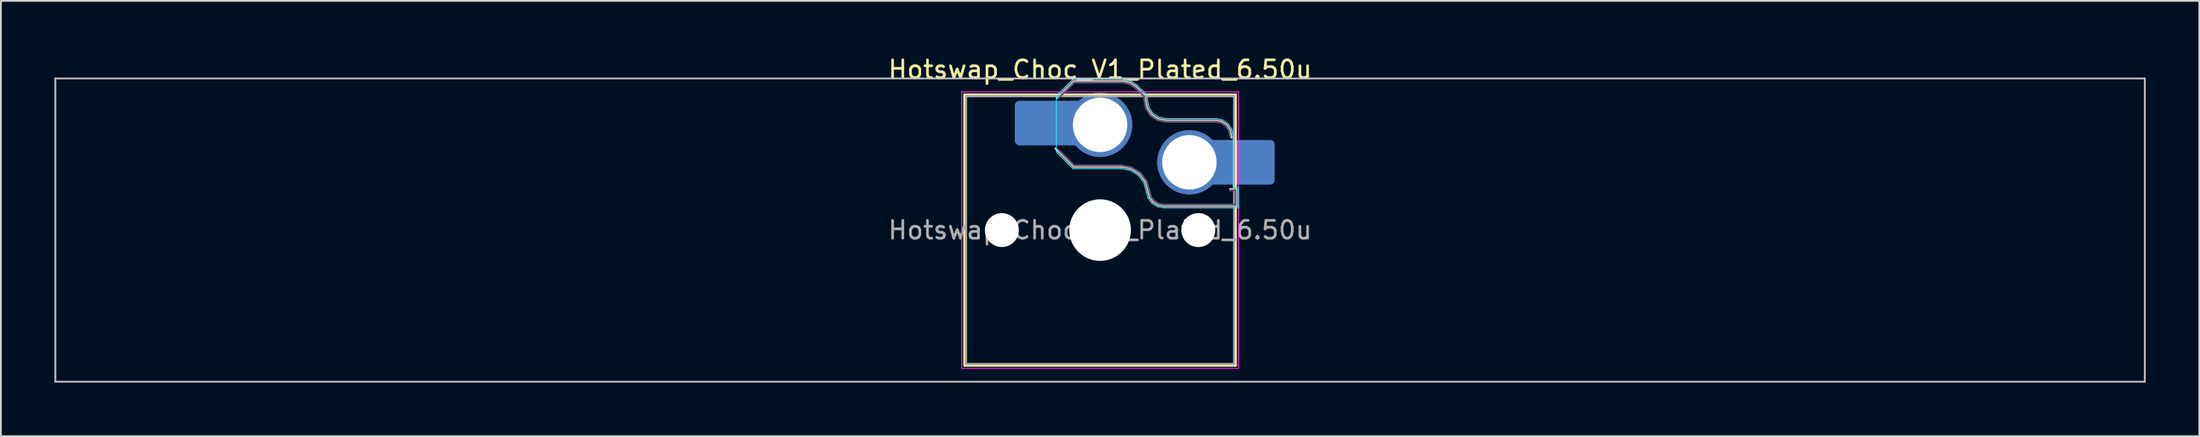
<source format=kicad_pcb>
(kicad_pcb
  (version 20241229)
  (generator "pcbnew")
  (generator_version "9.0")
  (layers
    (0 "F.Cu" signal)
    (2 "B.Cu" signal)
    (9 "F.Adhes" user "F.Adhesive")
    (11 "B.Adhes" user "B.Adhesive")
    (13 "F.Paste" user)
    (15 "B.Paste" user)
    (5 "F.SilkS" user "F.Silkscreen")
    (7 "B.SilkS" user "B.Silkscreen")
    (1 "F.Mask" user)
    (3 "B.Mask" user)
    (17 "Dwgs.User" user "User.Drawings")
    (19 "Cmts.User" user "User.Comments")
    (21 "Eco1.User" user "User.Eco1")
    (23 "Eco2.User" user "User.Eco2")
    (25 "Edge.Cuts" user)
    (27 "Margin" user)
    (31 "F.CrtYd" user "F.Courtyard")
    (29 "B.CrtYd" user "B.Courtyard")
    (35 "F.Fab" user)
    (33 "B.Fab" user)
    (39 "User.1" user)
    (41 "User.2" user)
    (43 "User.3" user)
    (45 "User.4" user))
  (footprint "Hotswap_Choc_V1_Plated_6.50u"
    (layer "F.Cu")
    (at 58.55 9.848)
    (property "Reference" "Hotswap_Choc_V1_Plated_6.50u" (at 0 -9 0) (layer "F.SilkS") (effects (font (size 1 1) (thickness 0.15))))
    (attr smd allow_soldermask_bridges)
    (fp_line (start -7.6 -7.6) (end -7.6 7.6) (stroke (width 0.12) (type solid)) (layer "F.SilkS"))
    (fp_line (start -7.6 7.6) (end 7.6 7.6) (stroke (width 0.12) (type solid)) (layer "F.SilkS"))
    (fp_line (start 7.6 -7.6) (end -7.6 -7.6) (stroke (width 0.12) (type solid)) (layer "F.SilkS"))
    (fp_line (start 7.6 7.6) (end 7.6 -7.6) (stroke (width 0.12) (type solid)) (layer "F.SilkS"))
    (fp_line (start -2.416 -7.409) (end -1.479 -8.346) (stroke (width 0.12) (type solid)) (layer "B.SilkS"))
    (fp_line (start -1.479 -8.346) (end 1.268 -8.346) (stroke (width 0.12) (type solid)) (layer "B.SilkS"))
    (fp_line (start -1.479 -3.554) (end -2.5 -4.575) (stroke (width 0.12) (type solid)) (layer "B.SilkS"))
    (fp_line (start 1.168 -3.554) (end -1.479 -3.554) (stroke (width 0.12) (type solid)) (layer "B.SilkS"))
    (fp_line (start 1.268 -8.346) (end 1.671 -8.266) (stroke (width 0.12) (type solid)) (layer "B.SilkS"))
    (fp_line (start 1.671 -8.266) (end 2.013 -8.037) (stroke (width 0.12) (type solid)) (layer "B.SilkS"))
    (fp_line (start 1.73 -3.449) (end 1.168 -3.554) (stroke (width 0.12) (type solid)) (layer "B.SilkS"))
    (fp_line (start 2.013 -8.037) (end 2.546 -7.504) (stroke (width 0.12) (type solid)) (layer "B.SilkS"))
    (fp_line (start 2.209 -3.15) (end 1.73 -3.449) (stroke (width 0.12) (type solid)) (layer "B.SilkS"))
    (fp_line (start 2.546 -7.504) (end 2.546 -7.282) (stroke (width 0.12) (type solid)) (layer "B.SilkS"))
    (fp_line (start 2.546 -7.282) (end 2.633 -6.844) (stroke (width 0.12) (type solid)) (layer "B.SilkS"))
    (fp_line (start 2.547 -2.697) (end 2.209 -3.15) (stroke (width 0.12) (type solid)) (layer "B.SilkS"))
    (fp_line (start 2.633 -6.844) (end 2.877 -6.477) (stroke (width 0.12) (type solid)) (layer "B.SilkS"))
    (fp_line (start 2.701 -2.139) (end 2.547 -2.697) (stroke (width 0.12) (type solid)) (layer "B.SilkS"))
    (fp_line (start 2.783 -1.841) (end 2.701 -2.139) (stroke (width 0.12) (type solid)) (layer "B.SilkS"))
    (fp_line (start 2.877 -6.477) (end 3.244 -6.233) (stroke (width 0.12) (type solid)) (layer "B.SilkS"))
    (fp_line (start 2.976 -1.583) (end 2.783 -1.841) (stroke (width 0.12) (type solid)) (layer "B.SilkS"))
    (fp_line (start 3.244 -6.233) (end 3.682 -6.146) (stroke (width 0.12) (type solid)) (layer "B.SilkS"))
    (fp_line (start 3.25 -1.413) (end 2.976 -1.583) (stroke (width 0.12) (type solid)) (layer "B.SilkS"))
    (fp_line (start 3.56 -1.354) (end 3.25 -1.413) (stroke (width 0.12) (type solid)) (layer "B.SilkS"))
    (fp_line (start 3.682 -6.146) (end 6.482 -6.146) (stroke (width 0.12) (type solid)) (layer "B.SilkS"))
    (fp_line (start 6.482 -6.146) (end 6.809 -6.081) (stroke (width 0.12) (type solid)) (layer "B.SilkS"))
    (fp_line (start 6.809 -6.081) (end 7.092 -5.892) (stroke (width 0.12) (type solid)) (layer "B.SilkS"))
    (fp_line (start 7.092 -5.892) (end 7.281 -5.609) (stroke (width 0.12) (type solid)) (layer "B.SilkS"))
    (fp_line (start 7.281 -5.609) (end 7.366 -5.182) (stroke (width 0.12) (type solid)) (layer "B.SilkS"))
    (fp_line (start 7.283 -2.296) (end 7.646 -2.296) (stroke (width 0.12) (type solid)) (layer "B.SilkS"))
    (fp_line (start 7.646 -2.296) (end 7.646 -1.354) (stroke (width 0.12) (type solid)) (layer "B.SilkS"))
    (fp_line (start 7.646 -1.354) (end 3.56 -1.354) (stroke (width 0.12) (type solid)) (layer "B.SilkS"))
    (fp_line (start -58.5 -8.5) (end -58.5 8.5) (stroke (width 0.1) (type solid)) (layer "Dwgs.User"))
    (fp_line (start -58.5 8.5) (end 58.5 8.5) (stroke (width 0.1) (type solid)) (layer "Dwgs.User"))
    (fp_line (start 58.5 -8.5) (end -58.5 -8.5) (stroke (width 0.1) (type solid)) (layer "Dwgs.User"))
    (fp_line (start 58.5 8.5) (end 58.5 -8.5) (stroke (width 0.1) (type solid)) (layer "Dwgs.User"))
    (fp_line (start -7.25 -7.25) (end -7.25 7.25) (stroke (width 0.1) (type solid)) (layer "Eco1.User"))
    (fp_line (start -7.25 7.25) (end 7.25 7.25) (stroke (width 0.1) (type solid)) (layer "Eco1.User"))
    (fp_line (start 7.25 -7.25) (end -7.25 -7.25) (stroke (width 0.1) (type solid)) (layer "Eco1.User"))
    (fp_line (start 7.25 7.25) (end 7.25 -7.25) (stroke (width 0.1) (type solid)) (layer "Eco1.User"))
    (fp_line (start -2.452 -7.523) (end -1.523 -8.452) (stroke (width 0.05) (type solid)) (layer "B.CrtYd"))
    (fp_line (start -2.452 -4.377) (end -2.452 -7.523) (stroke (width 0.05) (type solid)) (layer "B.CrtYd"))
    (fp_line (start -1.523 -8.452) (end 1.278 -8.452) (stroke (width 0.05) (type solid)) (layer "B.CrtYd"))
    (fp_line (start -1.523 -3.448) (end -2.452 -4.377) (stroke (width 0.05) (type solid)) (layer "B.CrtYd"))
    (fp_line (start 1.159 -3.448) (end -1.523 -3.448) (stroke (width 0.05) (type solid)) (layer "B.CrtYd"))
    (fp_line (start 1.278 -8.452) (end 1.712 -8.366) (stroke (width 0.05) (type solid)) (layer "B.CrtYd"))
    (fp_line (start 1.691 -3.348) (end 1.159 -3.448) (stroke (width 0.05) (type solid)) (layer "B.CrtYd"))
    (fp_line (start 1.712 -8.366) (end 2.081 -8.119) (stroke (width 0.05) (type solid)) (layer "B.CrtYd"))
    (fp_line (start 2.081 -8.119) (end 2.652 -7.548) (stroke (width 0.05) (type solid)) (layer "B.CrtYd"))
    (fp_line (start 2.136 -3.071) (end 1.691 -3.348) (stroke (width 0.05) (type solid)) (layer "B.CrtYd"))
    (fp_line (start 2.45 -2.65) (end 2.136 -3.071) (stroke (width 0.05) (type solid)) (layer "B.CrtYd"))
    (fp_line (start 2.599 -2.111) (end 2.45 -2.65) (stroke (width 0.05) (type solid)) (layer "B.CrtYd"))
    (fp_line (start 2.652 -7.548) (end 2.652 -7.292) (stroke (width 0.05) (type solid)) (layer "B.CrtYd"))
    (fp_line (start 2.652 -7.292) (end 2.733 -6.885) (stroke (width 0.05) (type solid)) (layer "B.CrtYd"))
    (fp_line (start 2.687 -1.794) (end 2.599 -2.111) (stroke (width 0.05) (type solid)) (layer "B.CrtYd"))
    (fp_line (start 2.733 -6.885) (end 2.953 -6.553) (stroke (width 0.05) (type solid)) (layer "B.CrtYd"))
    (fp_line (start 2.903 -1.503) (end 2.687 -1.794) (stroke (width 0.05) (type solid)) (layer "B.CrtYd"))
    (fp_line (start 2.953 -6.553) (end 3.285 -6.333) (stroke (width 0.05) (type solid)) (layer "B.CrtYd"))
    (fp_line (start 3.211 -1.312) (end 2.903 -1.503) (stroke (width 0.05) (type solid)) (layer "B.CrtYd"))
    (fp_line (start 3.285 -6.333) (end 3.692 -6.252) (stroke (width 0.05) (type solid)) (layer "B.CrtYd"))
    (fp_line (start 3.55 -1.248) (end 3.211 -1.312) (stroke (width 0.05) (type solid)) (layer "B.CrtYd"))
    (fp_line (start 3.692 -6.252) (end 6.492 -6.252) (stroke (width 0.05) (type solid)) (layer "B.CrtYd"))
    (fp_line (start 6.492 -6.252) (end 6.85 -6.181) (stroke (width 0.05) (type solid)) (layer "B.CrtYd"))
    (fp_line (start 6.85 -6.181) (end 7.168 -5.968) (stroke (width 0.05) (type solid)) (layer "B.CrtYd"))
    (fp_line (start 7.168 -5.968) (end 7.381 -5.65) (stroke (width 0.05) (type solid)) (layer "B.CrtYd"))
    (fp_line (start 7.381 -5.65) (end 7.452 -5.292) (stroke (width 0.05) (type solid)) (layer "B.CrtYd"))
    (fp_line (start 7.452 -5.292) (end 7.452 -2.402) (stroke (width 0.05) (type solid)) (layer "B.CrtYd"))
    (fp_line (start 7.452 -2.402) (end 7.752 -2.402) (stroke (width 0.05) (type solid)) (layer "B.CrtYd"))
    (fp_line (start 7.752 -2.402) (end 7.752 -1.248) (stroke (width 0.05) (type solid)) (layer "B.CrtYd"))
    (fp_line (start 7.752 -1.248) (end 3.55 -1.248) (stroke (width 0.05) (type solid)) (layer "B.CrtYd"))
    (fp_line (start -7.75 -7.75) (end -7.75 7.75) (stroke (width 0.05) (type solid)) (layer "F.CrtYd"))
    (fp_line (start -7.75 7.75) (end 7.75 7.75) (stroke (width 0.05) (type solid)) (layer "F.CrtYd"))
    (fp_line (start 7.75 -7.75) (end -7.75 -7.75) (stroke (width 0.05) (type solid)) (layer "F.CrtYd"))
    (fp_line (start 7.75 7.75) (end 7.75 -7.75) (stroke (width 0.05) (type solid)) (layer "F.CrtYd"))
    (fp_line (start -2.275 -7.45) (end -1.45 -8.275) (stroke (width 0.1) (type solid)) (layer "B.Fab"))
    (fp_line (start -1.45 -8.275) (end 1.261 -8.275) (stroke (width 0.1) (type solid)) (layer "B.Fab"))
    (fp_line (start -1.45 -3.625) (end -2.275 -4.45) (stroke (width 0.1) (type solid)) (layer "B.Fab"))
    (fp_line (start 1.175 -3.625) (end -1.45 -3.625) (stroke (width 0.1) (type solid)) (layer "B.Fab"))
    (fp_line (start 1.261 -8.275) (end 1.643 -8.199) (stroke (width 0.1) (type solid)) (layer "B.Fab"))
    (fp_line (start 1.643 -8.199) (end 1.968 -7.982) (stroke (width 0.1) (type solid)) (layer "B.Fab"))
    (fp_line (start 1.756 -3.516) (end 1.175 -3.625) (stroke (width 0.1) (type solid)) (layer "B.Fab"))
    (fp_line (start 1.968 -7.982) (end 2.475 -7.475) (stroke (width 0.1) (type solid)) (layer "B.Fab"))
    (fp_line (start 2.258 -3.203) (end 1.756 -3.516) (stroke (width 0.1) (type solid)) (layer "B.Fab"))
    (fp_line (start 2.475 -7.475) (end 2.475 -7.275) (stroke (width 0.1) (type solid)) (layer "B.Fab"))
    (fp_line (start 2.475 -7.275) (end 2.566 -6.816) (stroke (width 0.1) (type solid)) (layer "B.Fab"))
    (fp_line (start 2.566 -6.816) (end 2.826 -6.426) (stroke (width 0.1) (type solid)) (layer "B.Fab"))
    (fp_line (start 2.612 -2.729) (end 2.258 -3.203) (stroke (width 0.1) (type solid)) (layer "B.Fab"))
    (fp_line (start 2.769 -2.158) (end 2.612 -2.729) (stroke (width 0.1) (type solid)) (layer "B.Fab"))
    (fp_line (start 2.826 -6.426) (end 3.216 -6.166) (stroke (width 0.1) (type solid)) (layer "B.Fab"))
    (fp_line (start 2.848 -1.873) (end 2.769 -2.158) (stroke (width 0.1) (type solid)) (layer "B.Fab"))
    (fp_line (start 3.025 -1.636) (end 2.848 -1.873) (stroke (width 0.1) (type solid)) (layer "B.Fab"))
    (fp_line (start 3.216 -6.166) (end 3.675 -6.075) (stroke (width 0.1) (type solid)) (layer "B.Fab"))
    (fp_line (start 3.276 -1.48) (end 3.025 -1.636) (stroke (width 0.1) (type solid)) (layer "B.Fab"))
    (fp_line (start 3.567 -1.425) (end 3.276 -1.48) (stroke (width 0.1) (type solid)) (layer "B.Fab"))
    (fp_line (start 3.675 -6.075) (end 6.475 -6.075) (stroke (width 0.1) (type solid)) (layer "B.Fab"))
    (fp_line (start 6.475 -6.075) (end 6.781 -6.014) (stroke (width 0.1) (type solid)) (layer "B.Fab"))
    (fp_line (start 6.781 -6.014) (end 7.041 -5.841) (stroke (width 0.1) (type solid)) (layer "B.Fab"))
    (fp_line (start 7.041 -5.841) (end 7.214 -5.581) (stroke (width 0.1) (type solid)) (layer "B.Fab"))
    (fp_line (start 7.214 -5.581) (end 7.275 -5.275) (stroke (width 0.1) (type solid)) (layer "B.Fab"))
    (fp_line (start 7.275 -2.225) (end 7.575 -2.225) (stroke (width 0.1) (type solid)) (layer "B.Fab"))
    (fp_line (start 7.575 -2.225) (end 7.575 -1.425) (stroke (width 0.1) (type solid)) (layer "B.Fab"))
    (fp_line (start 7.575 -1.425) (end 3.567 -1.425) (stroke (width 0.1) (type solid)) (layer "B.Fab"))
    (fp_line (start -7.5 -7.5) (end -7.5 7.5) (stroke (width 0.1) (type solid)) (layer "F.Fab"))
    (fp_line (start -7.5 7.5) (end 7.5 7.5) (stroke (width 0.1) (type solid)) (layer "F.Fab"))
    (fp_line (start 7.5 -7.5) (end -7.5 -7.5) (stroke (width 0.1) (type solid)) (layer "F.Fab"))
    (fp_line (start 7.5 7.5) (end 7.5 -7.5) (stroke (width 0.1) (type solid)) (layer "F.Fab"))
    (fp_text user "${REFERENCE}" (at 0 0 0) (layer "F.Fab") (effects (font (size 1 1) (thickness 0.15))))
    (pad "" np_thru_hole circle (at -5.5 0) (size 1.9 1.9) (drill 1.9) (layers "*.Cu" "*.Mask"))
    (pad "" smd roundrect (at -3.5 -6) (size 2.55 2.5) (layers "B.Mask" "B.Paste") (roundrect_rratio 0.1))
    (pad "" np_thru_hole circle (at 0 0) (size 3.45 3.45) (drill 3.45) (layers "*.Cu" "*.Mask"))
    (pad "" np_thru_hole circle (at 5.5 0) (size 1.9 1.9) (drill 1.9) (layers "*.Cu" "*.Mask"))
    (pad "" smd roundrect (at 8.5 -3.8) (size 2.55 2.5) (layers "B.Mask" "B.Paste") (roundrect_rratio 0.1))
    (pad "1" smd roundrect (at -2.85 -6) (size 3.85 2.5) (layers "B.Cu") (roundrect_rratio 0.1))
    (pad "1" thru_hole circle (at 0 -5.9) (size 3.6 3.6) (drill 3.05) (layers "*.Cu" "*.Mask"))
    (pad "2" thru_hole circle (at 5 -3.8) (size 3.6 3.6) (drill 3.05) (layers "*.Cu" "*.Mask"))
    (pad "2" smd roundrect (at 7.85 -3.8) (size 3.85 2.5) (layers "B.Cu") (roundrect_rratio 0.1)))
  (gr_rect
    (start -3 -3)
    (end 120.1 21.398)
    (stroke (width 0.1) (type default))
    (fill no)
    (layer "Edge.Cuts")))
</source>
